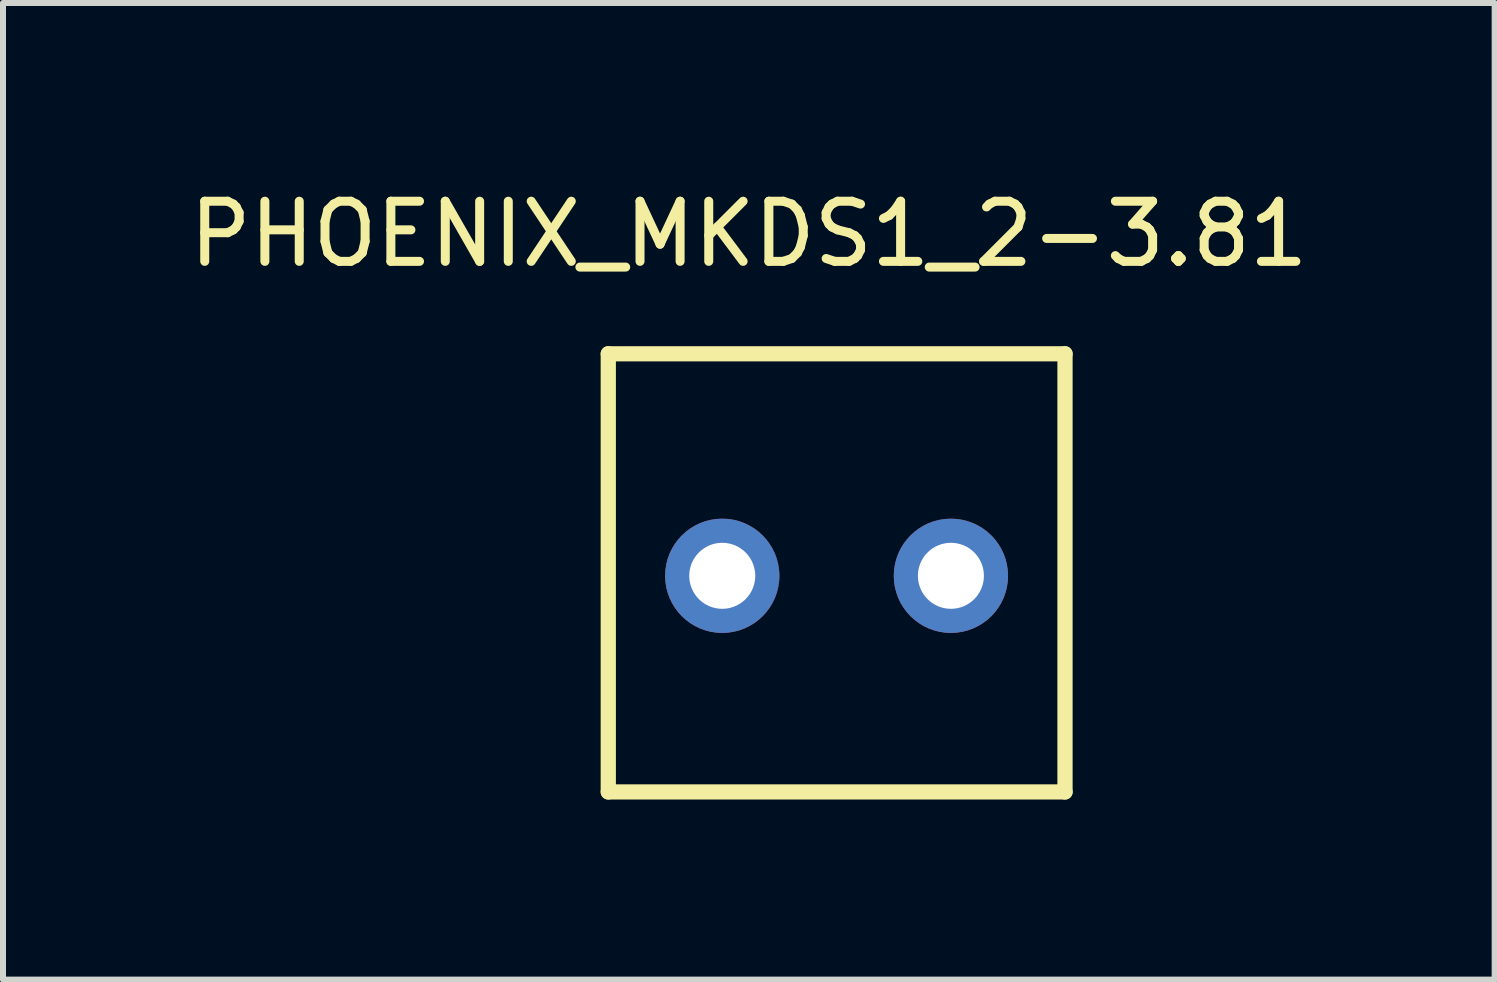
<source format=kicad_pcb>
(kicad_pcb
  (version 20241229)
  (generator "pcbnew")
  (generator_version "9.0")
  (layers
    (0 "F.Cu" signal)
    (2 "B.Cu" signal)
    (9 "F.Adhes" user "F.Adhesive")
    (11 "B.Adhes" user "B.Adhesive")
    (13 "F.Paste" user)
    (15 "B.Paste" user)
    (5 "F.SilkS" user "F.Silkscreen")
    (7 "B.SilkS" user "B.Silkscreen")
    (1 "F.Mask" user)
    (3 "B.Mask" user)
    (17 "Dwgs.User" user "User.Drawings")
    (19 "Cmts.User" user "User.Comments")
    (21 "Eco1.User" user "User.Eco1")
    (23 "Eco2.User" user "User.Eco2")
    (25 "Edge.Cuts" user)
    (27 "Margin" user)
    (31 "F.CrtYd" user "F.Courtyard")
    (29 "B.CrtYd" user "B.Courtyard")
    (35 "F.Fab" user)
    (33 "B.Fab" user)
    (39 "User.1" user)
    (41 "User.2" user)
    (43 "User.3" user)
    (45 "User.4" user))
  (footprint "PHOENIX_MKDS1_2-3.81"
    (layer "F.Cu")
    (at 10.89 6.494)
    (property "Reference" "PHOENIX_MKDS1_2-3.81" (at -1.463 -5.645 0) (layer "F.SilkS") (effects (font (size 1.002 1.002) (thickness 0.15))))
    (attr through_hole)
    (fp_line (start -3.805 -3.649) (end -3.805 3.651) (stroke (width 0.254) (type solid)) (layer "F.SilkS"))
    (fp_line (start -3.805 3.651) (end 3.805 3.651) (stroke (width 0.254) (type solid)) (layer "F.SilkS"))
    (fp_line (start 3.805 -3.649) (end -3.805 -3.649) (stroke (width 0.254) (type solid)) (layer "F.SilkS"))
    (fp_line (start 3.805 3.651) (end 3.805 -3.649) (stroke (width 0.254) (type solid)) (layer "F.SilkS"))
    (pad "1" thru_hole circle (at -1.906 0.05) (size 1.904 1.904) (drill 1.1) (layers "*.Cu" "*.Mask"))
    (pad "2" thru_hole circle (at 1.904 0.05) (size 1.904 1.904) (drill 1.1) (layers "*.Cu" "*.Mask")))
  (gr_rect
    (start -3 -3)
    (end 21.854 13.272)
    (stroke (width 0.1) (type default))
    (fill no)
    (layer "Edge.Cuts")))
</source>
